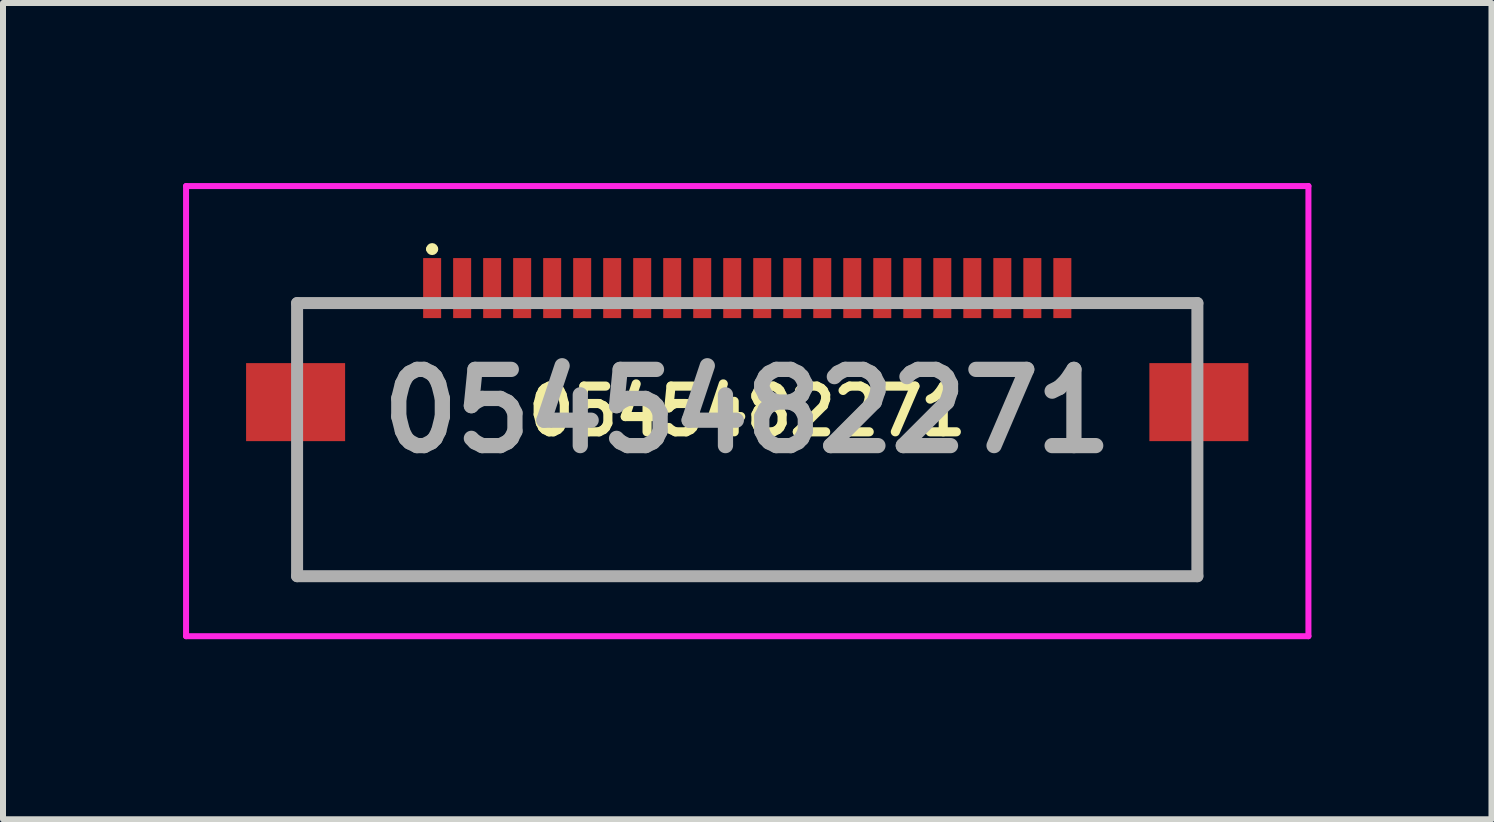
<source format=kicad_pcb>
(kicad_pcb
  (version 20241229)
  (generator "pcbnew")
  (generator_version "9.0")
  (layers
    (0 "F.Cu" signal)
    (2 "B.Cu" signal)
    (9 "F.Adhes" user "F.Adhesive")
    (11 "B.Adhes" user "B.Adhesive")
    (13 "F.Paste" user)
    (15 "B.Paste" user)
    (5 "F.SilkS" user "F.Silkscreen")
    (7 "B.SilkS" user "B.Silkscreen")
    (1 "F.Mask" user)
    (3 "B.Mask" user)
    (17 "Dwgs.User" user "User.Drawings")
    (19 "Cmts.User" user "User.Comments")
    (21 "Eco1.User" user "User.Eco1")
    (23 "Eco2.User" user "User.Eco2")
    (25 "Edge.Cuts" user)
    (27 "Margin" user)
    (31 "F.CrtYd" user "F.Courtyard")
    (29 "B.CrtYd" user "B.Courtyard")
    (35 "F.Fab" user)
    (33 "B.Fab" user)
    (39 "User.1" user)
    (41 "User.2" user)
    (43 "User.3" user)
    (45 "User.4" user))
  (footprint "0545482271"
    (layer "F.Cu")
    (at 9.4 3.8)
    (property "Reference" "0545482271" (at 0 0 180) (layer "F.SilkS") (effects (font (size 0.762 0.762) (thickness 0.152))))
    (attr smd)
    (fp_line (start -7.5 -1.8) (end -6 -1.8) (stroke (width 0.1) (type solid)) (layer "F.SilkS"))
    (fp_line (start -7.5 -1.05) (end -7.5 -1.8) (stroke (width 0.1) (type solid)) (layer "F.SilkS"))
    (fp_line (start -7.5 0.7) (end -7.5 2.75) (stroke (width 0.1) (type solid)) (layer "F.SilkS"))
    (fp_line (start -7.5 2.75) (end 7.5 2.75) (stroke (width 0.1) (type solid)) (layer "F.SilkS"))
    (fp_line (start -5.3 -2.7) (end -5.3 -2.7) (stroke (width 0.1) (type solid)) (layer "F.SilkS"))
    (fp_line (start -5.2 -2.7) (end -5.2 -2.7) (stroke (width 0.1) (type solid)) (layer "F.SilkS"))
    (fp_line (start 7.5 -1.8) (end 6 -1.8) (stroke (width 0.1) (type solid)) (layer "F.SilkS"))
    (fp_line (start 7.5 2.75) (end 7.5 0.7) (stroke (width 0.1) (type solid)) (layer "F.SilkS"))
    (fp_line (start 7.525 -1.05) (end 7.5 -1.8) (stroke (width 0.1) (type solid)) (layer "F.SilkS"))
    (fp_arc (start -5.3 -2.7) (mid -5.25 -2.75) (end -5.2 -2.7) (stroke (width 0.1) (type solid)) (layer "F.SilkS"))
    (fp_arc (start -5.2 -2.7) (mid -5.25 -2.65) (end -5.3 -2.7) (stroke (width 0.1) (type solid)) (layer "F.SilkS"))
    (fp_line (start -9.35 -3.75) (end 9.35 -3.75) (stroke (width 0.1) (type solid)) (layer "F.CrtYd"))
    (fp_line (start -9.35 3.75) (end -9.35 -3.75) (stroke (width 0.1) (type solid)) (layer "F.CrtYd"))
    (fp_line (start 9.35 -3.75) (end 9.35 3.75) (stroke (width 0.1) (type solid)) (layer "F.CrtYd"))
    (fp_line (start 9.35 3.75) (end -9.35 3.75) (stroke (width 0.1) (type solid)) (layer "F.CrtYd"))
    (fp_line (start -7.5 -1.8) (end 7.5 -1.8) (stroke (width 0.2) (type solid)) (layer "F.Fab"))
    (fp_line (start -7.5 2.75) (end -7.5 -1.8) (stroke (width 0.2) (type solid)) (layer "F.Fab"))
    (fp_line (start 7.5 -1.8) (end 7.5 2.75) (stroke (width 0.2) (type solid)) (layer "F.Fab"))
    (fp_line (start 7.5 2.75) (end -7.5 2.75) (stroke (width 0.2) (type solid)) (layer "F.Fab"))
    (fp_text user "${REFERENCE}" (at 0 0 180) (layer "F.Fab") (effects (font (size 1.27 1.27) (thickness 0.254))))
    (pad "1" smd rect (at -5.25 -2.05) (size 0.3 1) (layers "F.Cu" "F.Mask" "F.Paste"))
    (pad "2" smd rect (at -4.75 -2.05) (size 0.3 1) (layers "F.Cu" "F.Mask" "F.Paste"))
    (pad "3" smd rect (at -4.25 -2.05) (size 0.3 1) (layers "F.Cu" "F.Mask" "F.Paste"))
    (pad "4" smd rect (at -3.75 -2.05) (size 0.3 1) (layers "F.Cu" "F.Mask" "F.Paste"))
    (pad "5" smd rect (at -3.25 -2.05) (size 0.3 1) (layers "F.Cu" "F.Mask" "F.Paste"))
    (pad "6" smd rect (at -2.75 -2.05) (size 0.3 1) (layers "F.Cu" "F.Mask" "F.Paste"))
    (pad "7" smd rect (at -2.25 -2.05) (size 0.3 1) (layers "F.Cu" "F.Mask" "F.Paste"))
    (pad "8" smd rect (at -1.75 -2.05) (size 0.3 1) (layers "F.Cu" "F.Mask" "F.Paste"))
    (pad "9" smd rect (at -1.25 -2.05) (size 0.3 1) (layers "F.Cu" "F.Mask" "F.Paste"))
    (pad "10" smd rect (at -0.75 -2.05) (size 0.3 1) (layers "F.Cu" "F.Mask" "F.Paste"))
    (pad "11" smd rect (at -0.25 -2.05) (size 0.3 1) (layers "F.Cu" "F.Mask" "F.Paste"))
    (pad "12" smd rect (at 0.25 -2.05) (size 0.3 1) (layers "F.Cu" "F.Mask" "F.Paste"))
    (pad "13" smd rect (at 0.75 -2.05) (size 0.3 1) (layers "F.Cu" "F.Mask" "F.Paste"))
    (pad "14" smd rect (at 1.25 -2.05) (size 0.3 1) (layers "F.Cu" "F.Mask" "F.Paste"))
    (pad "15" smd rect (at 1.75 -2.05) (size 0.3 1) (layers "F.Cu" "F.Mask" "F.Paste"))
    (pad "16" smd rect (at 2.25 -2.05) (size 0.3 1) (layers "F.Cu" "F.Mask" "F.Paste"))
    (pad "17" smd rect (at 2.75 -2.05) (size 0.3 1) (layers "F.Cu" "F.Mask" "F.Paste"))
    (pad "18" smd rect (at 3.25 -2.05) (size 0.3 1) (layers "F.Cu" "F.Mask" "F.Paste"))
    (pad "19" smd rect (at 3.75 -2.05) (size 0.3 1) (layers "F.Cu" "F.Mask" "F.Paste"))
    (pad "20" smd rect (at 4.25 -2.05) (size 0.3 1) (layers "F.Cu" "F.Mask" "F.Paste"))
    (pad "21" smd rect (at 4.75 -2.05) (size 0.3 1) (layers "F.Cu" "F.Mask" "F.Paste"))
    (pad "22" smd rect (at 5.25 -2.05) (size 0.3 1) (layers "F.Cu" "F.Mask" "F.Paste"))
    (pad "23" smd rect (at -7.525 -0.15 90) (size 1.3 1.65) (layers "F.Cu" "F.Mask" "F.Paste"))
    (pad "24" smd rect (at 7.525 -0.15 90) (size 1.3 1.65) (layers "F.Cu" "F.Mask" "F.Paste")))
  (gr_rect
    (start -3 -3)
    (end 21.8 10.6)
    (stroke (width 0.1) (type default))
    (fill no)
    (layer "Edge.Cuts")))
</source>
